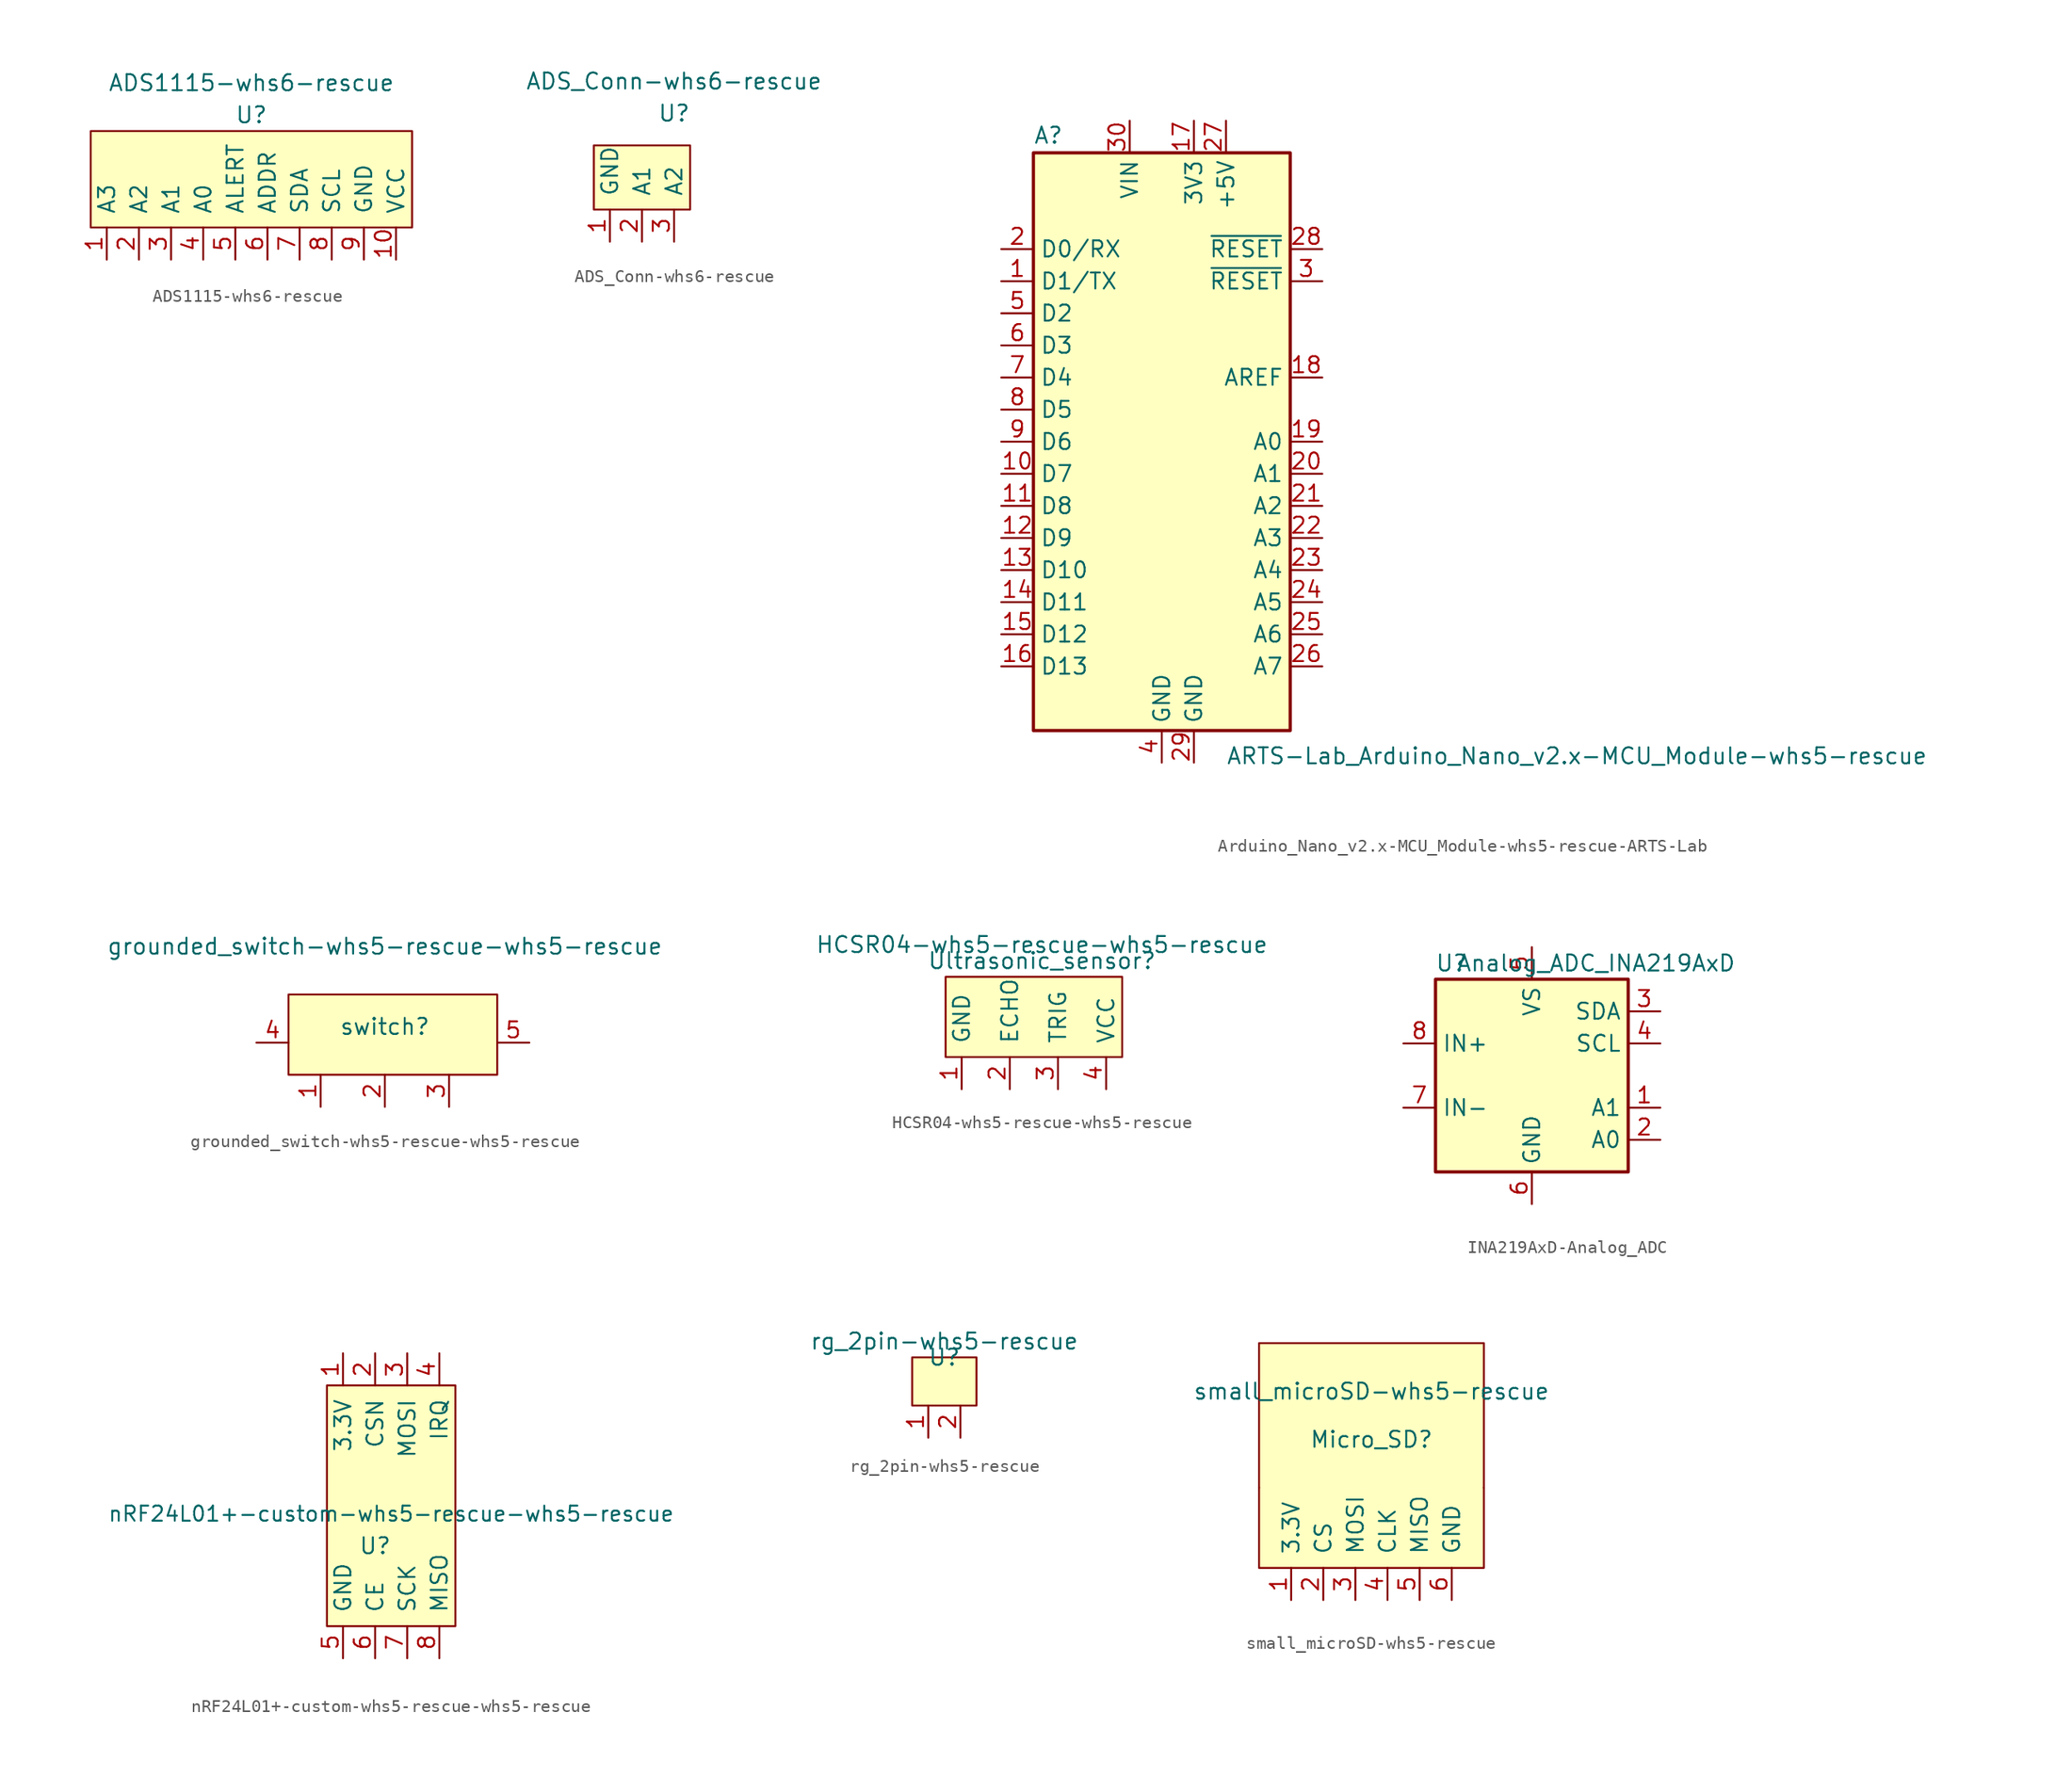
<source format=kicad_sym>
(kicad_symbol_lib
  (version 20231120)
  (generator "kicad_symbol_editor")
  (generator_version "8.0")
  (symbol "ADS1115-whs6-rescue"
    (pin_names
      (offset 1.016))
    (property "Reference" "U"
      (at 0 2.54 0)
      (effects (font (size 1.27 1.27))))
    (property "Value" "ADS1115-whs6-rescue"
      (at 0 5.08 0)
      (effects (font (size 1.27 1.27))))
    (symbol "ADS1115-whs6-rescue_0_1"
      (polyline (pts (xy -12.7 -6.35) (xy 12.7 -6.35) (xy 12.7 1.27) (xy -12.7 1.27) (xy -12.7 -6.35)) (stroke (width 0) (type solid)) (fill (type background))))
    (symbol "ADS1115-whs6-rescue_1_1"
      (pin input line (at -11.43 -8.89 90) (length 2.54) (name "A3" (effects (font (size 1.27 1.27)))) (number "1" (effects (font (size 1.27 1.27)))))
      (pin input line (at 11.43 -8.89 90) (length 2.54) (name "VCC" (effects (font (size 1.27 1.27)))) (number "10" (effects (font (size 1.27 1.27)))))
      (pin input line (at -8.89 -8.89 90) (length 2.54) (name "A2" (effects (font (size 1.27 1.27)))) (number "2" (effects (font (size 1.27 1.27)))))
      (pin input line (at -6.35 -8.89 90) (length 2.54) (name "A1" (effects (font (size 1.27 1.27)))) (number "3" (effects (font (size 1.27 1.27)))))
      (pin input line (at -3.81 -8.89 90) (length 2.54) (name "A0" (effects (font (size 1.27 1.27)))) (number "4" (effects (font (size 1.27 1.27)))))
      (pin input line (at -1.27 -8.89 90) (length 2.54) (name "ALERT" (effects (font (size 1.27 1.27)))) (number "5" (effects (font (size 1.27 1.27)))))
      (pin input line (at 1.27 -8.89 90) (length 2.54) (name "ADDR" (effects (font (size 1.27 1.27)))) (number "6" (effects (font (size 1.27 1.27)))))
      (pin input line (at 3.81 -8.89 90) (length 2.54) (name "SDA" (effects (font (size 1.27 1.27)))) (number "7" (effects (font (size 1.27 1.27)))))
      (pin input line (at 6.35 -8.89 90) (length 2.54) (name "SCL" (effects (font (size 1.27 1.27)))) (number "8" (effects (font (size 1.27 1.27)))))
      (pin input line (at 8.89 -8.89 90) (length 2.54) (name "GND" (effects (font (size 1.27 1.27)))) (number "9" (effects (font (size 1.27 1.27)))))))
  (symbol "ADS_Conn-whs6-rescue"
    (pin_names
      (offset 1.016))
    (property "Reference" "U"
      (at 0 2.54 0)
      (effects (font (size 1.27 1.27))))
    (property "Value" "ADS_Conn-whs6-rescue"
      (at 0 5.08 0)
      (effects (font (size 1.27 1.27))))
    (symbol "ADS_Conn-whs6-rescue_0_1"
      (polyline (pts (xy -6.35 -5.08) (xy -6.35 0) (xy 1.27 0) (xy 1.27 -5.08) (xy -6.35 -5.08)) (stroke (width 0) (type solid)) (fill (type background))))
    (symbol "ADS_Conn-whs6-rescue_1_1"
      (pin input line (at -5.08 -7.62 90) (length 2.54) (name "GND" (effects (font (size 1.27 1.27)))) (number "1" (effects (font (size 1.27 1.27)))))
      (pin input line (at -2.54 -7.62 90) (length 2.54) (name "A1" (effects (font (size 1.27 1.27)))) (number "2" (effects (font (size 1.27 1.27)))))
      (pin input line (at 0 -7.62 90) (length 2.54) (name "A2" (effects (font (size 1.27 1.27)))) (number "3" (effects (font (size 1.27 1.27)))))))
  (symbol "Arduino_Nano_v2.x-MCU_Module-whs5-rescue-ARTS-Lab"
    (property "Reference" "A"
      (at -10.16 23.495 0)
      (effects (font (size 1.27 1.27)) (justify left bottom)))
    (property "Value" "ARTS-Lab_Arduino_Nano_v2.x-MCU_Module-whs5-rescue"
      (at 5.08 -24.13 0)
      (effects (font (size 1.27 1.27)) (justify left top)))
    (symbol "Arduino_Nano_v2.x-MCU_Module-whs5-rescue-ARTS-Lab_0_1"
      (rectangle (start -10.16 22.86) (end 10.16 -22.86) (stroke (width 0.254) (type solid)) (fill (type background))))
    (symbol "Arduino_Nano_v2.x-MCU_Module-whs5-rescue-ARTS-Lab_1_1"
      (pin bidirectional line (at -12.7 12.7 0) (length 2.54) (name "D1/TX" (effects (font (size 1.27 1.27)))) (number "1" (effects (font (size 1.27 1.27)))))
      (pin bidirectional line (at -12.7 -2.54 0) (length 2.54) (name "D7" (effects (font (size 1.27 1.27)))) (number "10" (effects (font (size 1.27 1.27)))))
      (pin bidirectional line (at -12.7 -5.08 0) (length 2.54) (name "D8" (effects (font (size 1.27 1.27)))) (number "11" (effects (font (size 1.27 1.27)))))
      (pin bidirectional line (at -12.7 -7.62 0) (length 2.54) (name "D9" (effects (font (size 1.27 1.27)))) (number "12" (effects (font (size 1.27 1.27)))))
      (pin bidirectional line (at -12.7 -10.16 0) (length 2.54) (name "D10" (effects (font (size 1.27 1.27)))) (number "13" (effects (font (size 1.27 1.27)))))
      (pin bidirectional line (at -12.7 -12.7 0) (length 2.54) (name "D11" (effects (font (size 1.27 1.27)))) (number "14" (effects (font (size 1.27 1.27)))))
      (pin bidirectional line (at -12.7 -15.24 0) (length 2.54) (name "D12" (effects (font (size 1.27 1.27)))) (number "15" (effects (font (size 1.27 1.27)))))
      (pin bidirectional line (at -12.7 -17.78 0) (length 2.54) (name "D13" (effects (font (size 1.27 1.27)))) (number "16" (effects (font (size 1.27 1.27)))))
      (pin power_out line (at 2.54 25.4 270) (length 2.54) (name "3V3" (effects (font (size 1.27 1.27)))) (number "17" (effects (font (size 1.27 1.27)))))
      (pin input line (at 12.7 5.08 180) (length 2.54) (name "AREF" (effects (font (size 1.27 1.27)))) (number "18" (effects (font (size 1.27 1.27)))))
      (pin bidirectional line (at 12.7 0 180) (length 2.54) (name "A0" (effects (font (size 1.27 1.27)))) (number "19" (effects (font (size 1.27 1.27)))))
      (pin bidirectional line (at -12.7 15.24 0) (length 2.54) (name "D0/RX" (effects (font (size 1.27 1.27)))) (number "2" (effects (font (size 1.27 1.27)))))
      (pin bidirectional line (at 12.7 -2.54 180) (length 2.54) (name "A1" (effects (font (size 1.27 1.27)))) (number "20" (effects (font (size 1.27 1.27)))))
      (pin bidirectional line (at 12.7 -5.08 180) (length 2.54) (name "A2" (effects (font (size 1.27 1.27)))) (number "21" (effects (font (size 1.27 1.27)))))
      (pin bidirectional line (at 12.7 -7.62 180) (length 2.54) (name "A3" (effects (font (size 1.27 1.27)))) (number "22" (effects (font (size 1.27 1.27)))))
      (pin bidirectional line (at 12.7 -10.16 180) (length 2.54) (name "A4" (effects (font (size 1.27 1.27)))) (number "23" (effects (font (size 1.27 1.27)))))
      (pin bidirectional line (at 12.7 -12.7 180) (length 2.54) (name "A5" (effects (font (size 1.27 1.27)))) (number "24" (effects (font (size 1.27 1.27)))))
      (pin bidirectional line (at 12.7 -15.24 180) (length 2.54) (name "A6" (effects (font (size 1.27 1.27)))) (number "25" (effects (font (size 1.27 1.27)))))
      (pin bidirectional line (at 12.7 -17.78 180) (length 2.54) (name "A7" (effects (font (size 1.27 1.27)))) (number "26" (effects (font (size 1.27 1.27)))))
      (pin power_out line (at 5.08 25.4 270) (length 2.54) (name "+5V" (effects (font (size 1.27 1.27)))) (number "27" (effects (font (size 1.27 1.27)))))
      (pin input line (at 12.7 15.24 180) (length 2.54) (name "~{RESET}" (effects (font (size 1.27 1.27)))) (number "28" (effects (font (size 1.27 1.27)))))
      (pin power_in line (at 2.54 -25.4 90) (length 2.54) (name "GND" (effects (font (size 1.27 1.27)))) (number "29" (effects (font (size 1.27 1.27)))))
      (pin input line (at 12.7 12.7 180) (length 2.54) (name "~{RESET}" (effects (font (size 1.27 1.27)))) (number "3" (effects (font (size 1.27 1.27)))))
      (pin power_in line (at -2.54 25.4 270) (length 2.54) (name "VIN" (effects (font (size 1.27 1.27)))) (number "30" (effects (font (size 1.27 1.27)))))
      (pin power_in line (at 0 -25.4 90) (length 2.54) (name "GND" (effects (font (size 1.27 1.27)))) (number "4" (effects (font (size 1.27 1.27)))))
      (pin bidirectional line (at -12.7 10.16 0) (length 2.54) (name "D2" (effects (font (size 1.27 1.27)))) (number "5" (effects (font (size 1.27 1.27)))))
      (pin bidirectional line (at -12.7 7.62 0) (length 2.54) (name "D3" (effects (font (size 1.27 1.27)))) (number "6" (effects (font (size 1.27 1.27)))))
      (pin bidirectional line (at -12.7 5.08 0) (length 2.54) (name "D4" (effects (font (size 1.27 1.27)))) (number "7" (effects (font (size 1.27 1.27)))))
      (pin bidirectional line (at -12.7 2.54 0) (length 2.54) (name "D5" (effects (font (size 1.27 1.27)))) (number "8" (effects (font (size 1.27 1.27)))))
      (pin bidirectional line (at -12.7 0 0) (length 2.54) (name "D6" (effects (font (size 1.27 1.27)))) (number "9" (effects (font (size 1.27 1.27)))))))
  (symbol "grounded_switch-whs5-rescue-whs5-rescue"
    (pin_names
      (offset 1.016))
    (property "Reference" "switch"
      (at 0 -2.54 0)
      (effects (font (size 1.27 1.27))))
    (property "Value" "grounded_switch-whs5-rescue-whs5-rescue"
      (at 0 3.81 0)
      (effects (font (size 1.27 1.27))))
    (symbol "grounded_switch-whs5-rescue-whs5-rescue_0_1"
      (rectangle (start -7.62 0) (end 8.89 -6.35) (stroke (width 0) (type solid)) (fill (type background))))
    (symbol "grounded_switch-whs5-rescue-whs5-rescue_1_1"
      (pin input line (at -5.08 -8.89 90) (length 2.54) (name "~" (effects (font (size 1.27 1.27)))) (number "1" (effects (font (size 1.27 1.27)))))
      (pin input line (at 0 -8.89 90) (length 2.54) (name "~" (effects (font (size 1.27 1.27)))) (number "2" (effects (font (size 1.27 1.27)))))
      (pin input line (at 5.08 -8.89 90) (length 2.54) (name "~" (effects (font (size 1.27 1.27)))) (number "3" (effects (font (size 1.27 1.27)))))
      (pin input line (at -10.16 -3.81 0) (length 2.54) (name "~" (effects (font (size 1.27 1.27)))) (number "4" (effects (font (size 1.27 1.27)))))
      (pin input line (at 11.43 -3.81 180) (length 2.54) (name "~" (effects (font (size 1.27 1.27)))) (number "5" (effects (font (size 1.27 1.27)))))))
  (symbol "HCSR04-whs5-rescue-whs5-rescue"
    (pin_names
      (offset 1.016))
    (property "Reference" "Ultrasonic_sensor"
      (at 0 2.54 0)
      (effects (font (size 1.27 1.27))))
    (property "Value" "HCSR04-whs5-rescue-whs5-rescue"
      (at 0 3.81 0)
      (effects (font (size 1.27 1.27))))
    (symbol "HCSR04-whs5-rescue-whs5-rescue_0_1"
      (rectangle (start -7.62 1.27) (end 6.35 -5.08) (stroke (width 0) (type solid)) (fill (type background))))
    (symbol "HCSR04-whs5-rescue-whs5-rescue_1_1"
      (pin passive line (at -6.35 -7.62 90) (length 2.54) (name "GND" (effects (font (size 1.27 1.27)))) (number "1" (effects (font (size 1.27 1.27)))))
      (pin passive line (at -2.54 -7.62 90) (length 2.54) (name "ECHO" (effects (font (size 1.27 1.27)))) (number "2" (effects (font (size 1.27 1.27)))))
      (pin passive line (at 1.27 -7.62 90) (length 2.54) (name "TRIG" (effects (font (size 1.27 1.27)))) (number "3" (effects (font (size 1.27 1.27)))))
      (pin passive line (at 5.08 -7.62 90) (length 2.54) (name "VCC" (effects (font (size 1.27 1.27)))) (number "4" (effects (font (size 1.27 1.27)))))))
  (symbol "INA219AxD-Analog_ADC"
    (property "Reference" "U"
      (at -6.35 8.89 0)
      (effects (font (size 1.27 1.27))))
    (property "Value" "Analog_ADC_INA219AxD"
      (at 5.08 8.89 0)
      (effects (font (size 1.27 1.27))))
    (symbol "INA219AxD-Analog_ADC_0_1"
      (rectangle (start -7.62 7.62) (end 7.62 -7.62) (stroke (width 0.254) (type solid)) (fill (type background))))
    (symbol "INA219AxD-Analog_ADC_1_1"
      (pin input line (at 10.16 -2.54 180) (length 2.54) (name "A1" (effects (font (size 1.27 1.27)))) (number "1" (effects (font (size 1.27 1.27)))))
      (pin input line (at 10.16 -5.08 180) (length 2.54) (name "A0" (effects (font (size 1.27 1.27)))) (number "2" (effects (font (size 1.27 1.27)))))
      (pin bidirectional line (at 10.16 5.08 180) (length 2.54) (name "SDA" (effects (font (size 1.27 1.27)))) (number "3" (effects (font (size 1.27 1.27)))))
      (pin input line (at 10.16 2.54 180) (length 2.54) (name "SCL" (effects (font (size 1.27 1.27)))) (number "4" (effects (font (size 1.27 1.27)))))
      (pin power_in line (at 0 10.16 270) (length 2.54) (name "VS" (effects (font (size 1.27 1.27)))) (number "5" (effects (font (size 1.27 1.27)))))
      (pin power_in line (at 0 -10.16 90) (length 2.54) (name "GND" (effects (font (size 1.27 1.27)))) (number "6" (effects (font (size 1.27 1.27)))))
      (pin input line (at -10.16 -2.54 0) (length 2.54) (name "IN-" (effects (font (size 1.27 1.27)))) (number "7" (effects (font (size 1.27 1.27)))))
      (pin input line (at -10.16 2.54 0) (length 2.54) (name "IN+" (effects (font (size 1.27 1.27)))) (number "8" (effects (font (size 1.27 1.27)))))))
  (symbol "nRF24L01+-custom-whs5-rescue-whs5-rescue"
    (pin_names
      (offset 1.016))
    (property "Reference" "U"
      (at 0 -12.7 0)
      (effects (font (size 1.27 1.27))))
    (property "Value" "nRF24L01+-custom-whs5-rescue-whs5-rescue"
      (at 1.27 -10.16 0)
      (effects (font (size 1.194 1.194))))
    (symbol "nRF24L01+-custom-whs5-rescue-whs5-rescue_0_1"
      (rectangle (start -3.81 0) (end 6.35 -19.05) (stroke (width 0) (type solid)) (fill (type background))))
    (symbol "nRF24L01+-custom-whs5-rescue-whs5-rescue_1_1"
      (pin input line (at -2.54 2.54 270) (length 2.54) (name "3.3V" (effects (font (size 1.27 1.27)))) (number "1" (effects (font (size 1.27 1.27)))))
      (pin input line (at 0 2.54 270) (length 2.54) (name "CSN" (effects (font (size 1.27 1.27)))) (number "2" (effects (font (size 1.27 1.27)))))
      (pin input line (at 2.54 2.54 270) (length 2.54) (name "MOSI" (effects (font (size 1.27 1.27)))) (number "3" (effects (font (size 1.27 1.27)))))
      (pin input line (at 5.08 2.54 270) (length 2.54) (name "IRQ" (effects (font (size 1.27 1.27)))) (number "4" (effects (font (size 1.27 1.27)))))
      (pin input line (at -2.54 -21.59 90) (length 2.54) (name "GND" (effects (font (size 1.27 1.27)))) (number "5" (effects (font (size 1.27 1.27)))))
      (pin input line (at 0 -21.59 90) (length 2.54) (name "CE" (effects (font (size 1.27 1.27)))) (number "6" (effects (font (size 1.27 1.27)))))
      (pin input line (at 2.54 -21.59 90) (length 2.54) (name "SCK" (effects (font (size 1.27 1.27)))) (number "7" (effects (font (size 1.27 1.27)))))
      (pin input line (at 5.08 -21.59 90) (length 2.54) (name "MISO" (effects (font (size 1.27 1.27)))) (number "8" (effects (font (size 1.27 1.27)))))))
  (symbol "rg_2pin-whs5-rescue"
    (pin_names
      (offset 1.016))
    (property "Reference" "U"
      (at 0 1.27 0)
      (effects (font (size 1.27 1.27))))
    (property "Value" "rg_2pin-whs5-rescue"
      (at 0 2.54 0)
      (effects (font (size 1.27 1.27))))
    (symbol "rg_2pin-whs5-rescue_0_1"
      (rectangle (start -2.54 -2.54) (end 2.54 1.27) (stroke (width 0) (type solid)) (fill (type background))))
    (symbol "rg_2pin-whs5-rescue_1_1"
      (pin input line (at -1.27 -5.08 90) (length 2.54) (name "~" (effects (font (size 1.27 1.27)))) (number "1" (effects (font (size 1.27 1.27)))))
      (pin input line (at 1.27 -5.08 90) (length 2.54) (name "~" (effects (font (size 1.27 1.27)))) (number "2" (effects (font (size 1.27 1.27)))))))
  (symbol "small_microSD-whs5-rescue"
    (pin_names
      (offset 1.016))
    (property "Reference" "Micro_SD"
      (at 0 -7.62 0)
      (effects (font (size 1.27 1.27))))
    (property "Value" "small_microSD-whs5-rescue"
      (at 0 -3.81 0)
      (effects (font (size 1.27 1.27))))
    (symbol "small_microSD-whs5-rescue_0_1"
      (polyline (pts (xy -8.89 -11.43) (xy -8.89 -17.78) (xy 8.89 -17.78) (xy 8.89 -11.43)) (stroke (width 0) (type solid)) (fill (type background)))
      (polyline (pts (xy -8.89 -11.43) (xy -8.89 0) (xy 8.89 0) (xy 8.89 -11.43)) (stroke (width 0) (type solid)) (fill (type background))))
    (symbol "small_microSD-whs5-rescue_1_1"
      (pin input line (at -6.35 -20.32 90) (length 2.54) (name "3.3V" (effects (font (size 1.27 1.27)))) (number "1" (effects (font (size 1.27 1.27)))))
      (pin input line (at -3.81 -20.32 90) (length 2.54) (name "CS" (effects (font (size 1.27 1.27)))) (number "2" (effects (font (size 1.27 1.27)))))
      (pin input line (at -1.27 -20.32 90) (length 2.54) (name "MOSI" (effects (font (size 1.27 1.27)))) (number "3" (effects (font (size 1.27 1.27)))))
      (pin input line (at 1.27 -20.32 90) (length 2.54) (name "CLK" (effects (font (size 1.27 1.27)))) (number "4" (effects (font (size 1.27 1.27)))))
      (pin input line (at 3.81 -20.32 90) (length 2.54) (name "MISO" (effects (font (size 1.27 1.27)))) (number "5" (effects (font (size 1.27 1.27)))))
      (pin input line (at 6.35 -20.32 90) (length 2.54) (name "GND" (effects (font (size 1.27 1.27)))) (number "6" (effects (font (size 1.27 1.27))))))))
</source>
